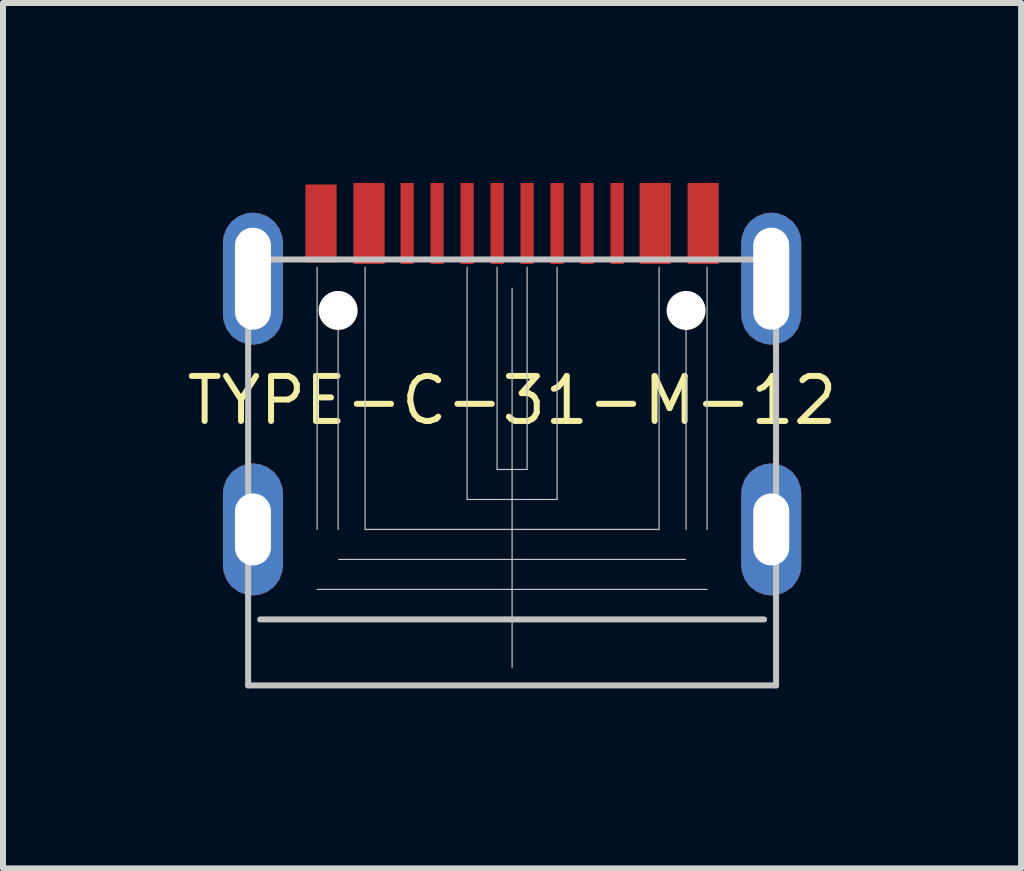
<source format=kicad_pcb>
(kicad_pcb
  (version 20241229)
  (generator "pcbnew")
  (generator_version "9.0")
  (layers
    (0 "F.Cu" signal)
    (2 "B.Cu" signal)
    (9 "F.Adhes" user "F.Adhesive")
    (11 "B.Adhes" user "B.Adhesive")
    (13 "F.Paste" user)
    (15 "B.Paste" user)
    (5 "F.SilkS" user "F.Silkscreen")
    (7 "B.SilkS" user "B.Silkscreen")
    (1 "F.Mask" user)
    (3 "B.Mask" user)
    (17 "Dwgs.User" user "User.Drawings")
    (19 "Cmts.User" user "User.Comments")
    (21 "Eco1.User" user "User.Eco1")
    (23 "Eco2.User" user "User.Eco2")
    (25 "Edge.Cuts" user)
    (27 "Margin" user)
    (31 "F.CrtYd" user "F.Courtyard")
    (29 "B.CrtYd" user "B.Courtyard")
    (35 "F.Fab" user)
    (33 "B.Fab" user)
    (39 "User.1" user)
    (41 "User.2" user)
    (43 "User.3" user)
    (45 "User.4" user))
  (footprint "TYPE-C-31-M-12"
    (layer "F.Cu")
    (at 5.486 5.775)
    (property "Reference" "TYPE-C-31-M-12" (at 0 -2.15 180) (layer "F.SilkS") (effects (font (size 0.75 0.75) (thickness 0.1))))
    (attr smd)
    (fp_line (start -4.4 -4.5) (end -4.4 2.6) (stroke (width 0.1) (type solid)) (layer "Dwgs.User"))
    (fp_line (start -4.4 -4.5) (end 4.4 -4.5) (stroke (width 0.1) (type solid)) (layer "Dwgs.User"))
    (fp_line (start -3.25 -4.37) (end -3.25 0) (stroke (width 0.02) (type solid)) (layer "Dwgs.User"))
    (fp_line (start -3.25 1) (end 3.25 1) (stroke (width 0.02) (type solid)) (layer "Dwgs.User"))
    (fp_line (start -2.9 -3.65) (end -2.9 0) (stroke (width 0.02) (type solid)) (layer "Dwgs.User"))
    (fp_line (start -2.89 0.5) (end 2.89 0.5) (stroke (width 0.02) (type solid)) (layer "Dwgs.User"))
    (fp_line (start -2.45 -4.37) (end -2.45 0) (stroke (width 0.02) (type solid)) (layer "Dwgs.User"))
    (fp_line (start -2.45 0) (end 2.45 0) (stroke (width 0.02) (type solid)) (layer "Dwgs.User"))
    (fp_line (start -0.75 -4.37) (end -0.75 -0.5) (stroke (width 0.02) (type solid)) (layer "Dwgs.User"))
    (fp_line (start -0.75 -0.5) (end 0.75 -0.5) (stroke (width 0.02) (type solid)) (layer "Dwgs.User"))
    (fp_line (start -0.25 -4.37) (end -0.25 -1) (stroke (width 0.02) (type solid)) (layer "Dwgs.User"))
    (fp_line (start -0.25 -1) (end 0.25 -1) (stroke (width 0.02) (type solid)) (layer "Dwgs.User"))
    (fp_line (start 0 -4.02) (end 0 2.3) (stroke (width 0.02) (type solid)) (layer "Dwgs.User"))
    (fp_line (start 0.25 -4.37) (end 0.25 -1) (stroke (width 0.02) (type solid)) (layer "Dwgs.User"))
    (fp_line (start 0.75 -4.37) (end 0.75 -0.5) (stroke (width 0.02) (type solid)) (layer "Dwgs.User"))
    (fp_line (start 2.45 -4.37) (end 2.45 0) (stroke (width 0.02) (type solid)) (layer "Dwgs.User"))
    (fp_line (start 2.9 -3.65) (end 2.9 0) (stroke (width 0.02) (type solid)) (layer "Dwgs.User"))
    (fp_line (start 3.25 -4.37) (end 3.25 0) (stroke (width 0.02) (type solid)) (layer "Dwgs.User"))
    (fp_line (start 4.2 1.5) (end -4.2 1.5) (stroke (width 0.1) (type solid)) (layer "Dwgs.User"))
    (fp_line (start 4.4 -4.5) (end 4.4 2.6) (stroke (width 0.1) (type solid)) (layer "Dwgs.User"))
    (fp_line (start 4.4 2.6) (end -4.4 2.6) (stroke (width 0.1) (type solid)) (layer "Dwgs.User"))
    (pad "" np_thru_hole circle (at -2.9 -3.65) (size 0.65 0.65) (drill 0.65) (layers "*.Cu" "*.Mask"))
    (pad "" np_thru_hole circle (at 2.9 -3.65) (size 0.65 0.65) (drill 0.65) (layers "*.Cu" "*.Mask"))
    (pad "A1" smd rect (at -3.3 -5.1) (size 0.29 1.3) (layers "F.Cu" "F.Mask" "F.Paste"))
    (pad "A4" smd rect (at -2.5 -5.1) (size 0.29 1.35) (layers "F.Cu" "F.Mask" "F.Paste"))
    (pad "A5" smd rect (at -1.25 -5.1) (size 0.22 1.35) (layers "F.Cu" "F.Mask" "F.Paste"))
    (pad "A6" smd rect (at -0.25 -5.1) (size 0.22 1.35) (layers "F.Cu" "F.Mask" "F.Paste"))
    (pad "A7" smd rect (at 0.25 -5.1) (size 0.22 1.35) (layers "F.Cu" "F.Mask" "F.Paste"))
    (pad "A8" smd rect (at 1.25 -5.1) (size 0.22 1.35) (layers "F.Cu" "F.Mask" "F.Paste"))
    (pad "A9" smd rect (at 2.5 -5.1) (size 0.29 1.35) (layers "F.Cu" "F.Mask" "F.Paste"))
    (pad "A12" smd rect (at 3.3 -5.1) (size 0.29 1.35) (layers "F.Cu" "F.Mask" "F.Paste"))
    (pad "B1" smd rect (at 3.05 -5.1) (size 0.25 1.35) (layers "F.Cu" "F.Mask" "F.Paste"))
    (pad "B4" smd rect (at 2.25 -5.1) (size 0.25 1.35) (layers "F.Cu" "F.Mask" "F.Paste"))
    (pad "B5" smd rect (at 1.75 -5.1) (size 0.22 1.35) (layers "F.Cu" "F.Mask" "F.Paste"))
    (pad "B6" smd rect (at 0.75 -5.1) (size 0.22 1.35) (layers "F.Cu" "F.Mask" "F.Paste"))
    (pad "B7" smd rect (at -0.75 -5.1) (size 0.22 1.35) (layers "F.Cu" "F.Mask" "F.Paste"))
    (pad "B8" smd rect (at -1.75 -5.1) (size 0.22 1.35) (layers "F.Cu" "F.Mask" "F.Paste"))
    (pad "B9" smd rect (at -2.25 -5.1) (size 0.25 1.35) (layers "F.Cu" "F.Mask" "F.Paste"))
    (pad "B12" smd rect (at -3.05 -5.1) (size 0.25 1.3) (layers "F.Cu" "F.Mask" "F.Paste"))
    (pad "Sh1" thru_hole roundrect (at -4.32 -4.18) (size 1 2.2) (drill oval 0.6 1.7) (layers "*.Cu" "*.Mask") (roundrect_rratio 0.5))
    (pad "Sh1" thru_hole roundrect (at -4.32 0) (size 1 2.2) (drill oval 0.6 1.2) (layers "*.Cu" "*.Mask") (roundrect_rratio 0.5))
    (pad "Sh1" thru_hole roundrect (at 4.32 -4.18) (size 1 2.2) (drill oval 0.6 1.7) (layers "*.Cu" "*.Mask") (roundrect_rratio 0.5))
    (pad "Sh1" thru_hole roundrect (at 4.32 0) (size 1 2.2) (drill oval 0.6 1.2) (layers "*.Cu" "*.Mask") (roundrect_rratio 0.5)))
  (gr_rect
    (start -3 -3)
    (end 13.971 11.425)
    (stroke (width 0.1) (type default))
    (fill no)
    (layer "Edge.Cuts")))
</source>
